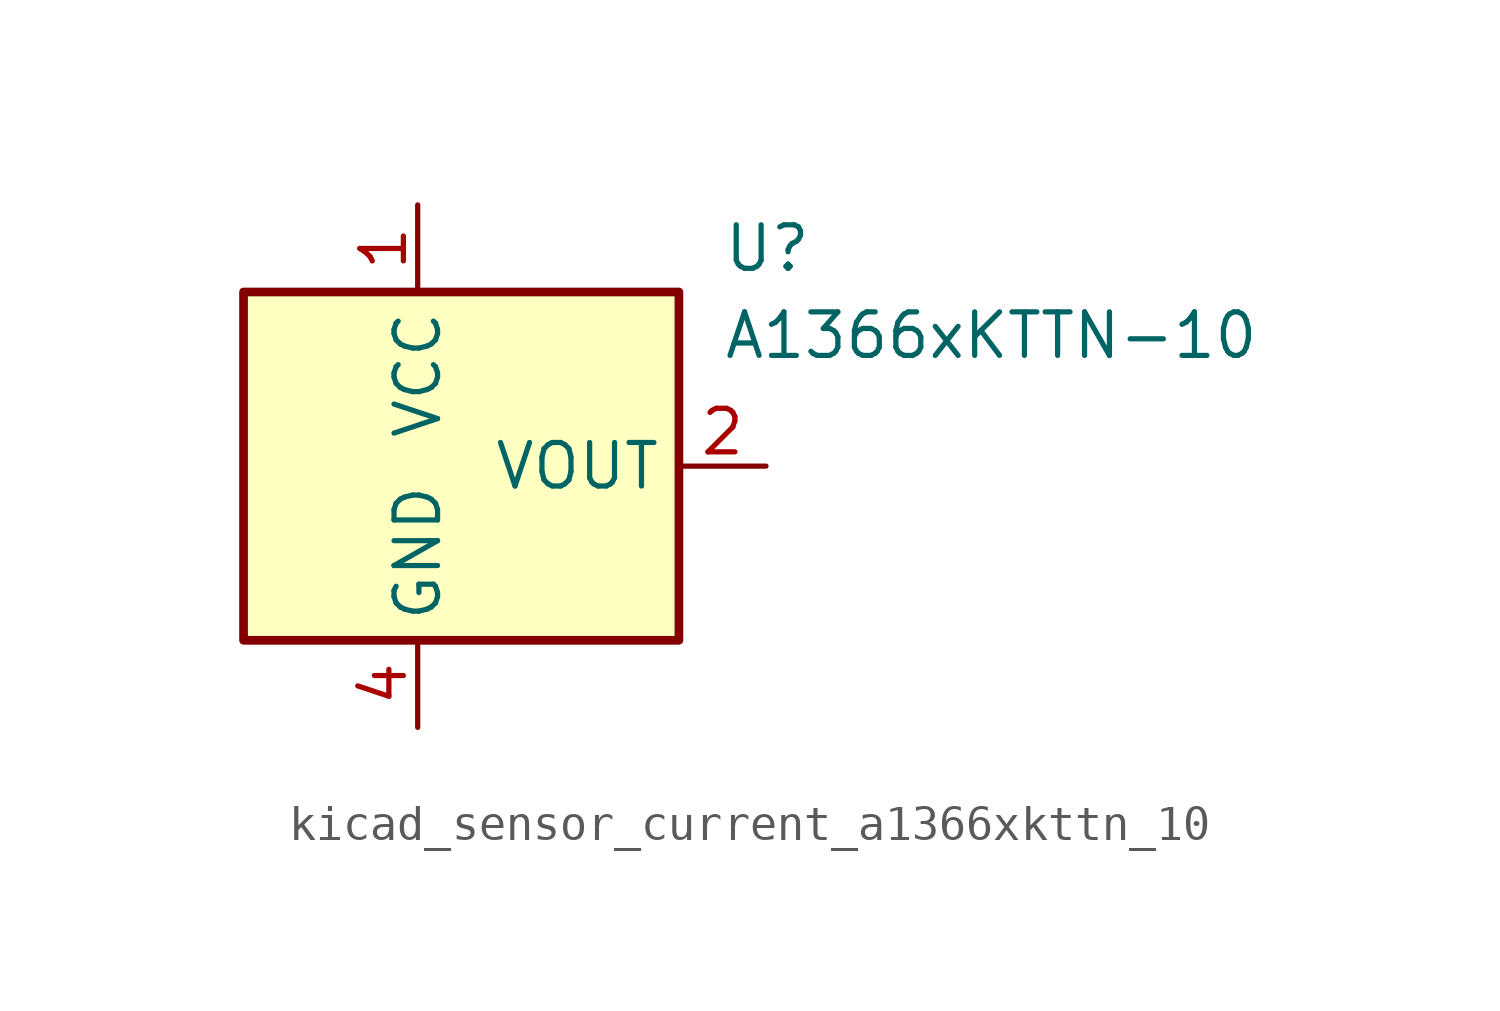
<source format=kicad_sym>
(kicad_symbol_lib
  (version 20220914)
  (generator kicad_symbol_editor)
  (symbol "kicad_sensor_current_a1366xkttn_10"
    (property "Reference" "U"
      (at 8.89 6.35 0)
      (effects (font (size 1.27 1.27)) (justify left)))
    (property "Value" "A1366xKTTN-10"
      (at 8.89 3.81 0)
      (effects (font (size 1.27 1.27)) (justify left)))
    (symbol "kicad_sensor_current_a1366xkttn_10_0_1"
      (rectangle (start -5.08 5.08) (end 7.62 -5.08) (stroke (width 0.254) (type default)) (fill (type background))))
    (symbol "kicad_sensor_current_a1366xkttn_10_1_1"
      (pin power_in line (at 0 7.62 270) (length 2.54) (name "VCC" (effects (font (size 1.27 1.27)))) (number "1" (effects (font (size 1.27 1.27)))))
      (pin output line (at 10.16 0 180) (length 2.54) (name "VOUT" (effects (font (size 1.27 1.27)))) (number "2" (effects (font (size 1.27 1.27)))))
      (pin no_connect line (at 7.62 -2.54 180) (length 2.54) hide (name "NC" (effects (font (size 1.27 1.27)))) (number "3" (effects (font (size 1.27 1.27)))))
      (pin power_in line (at 0 -7.62 90) (length 2.54) (name "GND" (effects (font (size 1.27 1.27)))) (number "4" (effects (font (size 1.27 1.27))))))))
</source>
